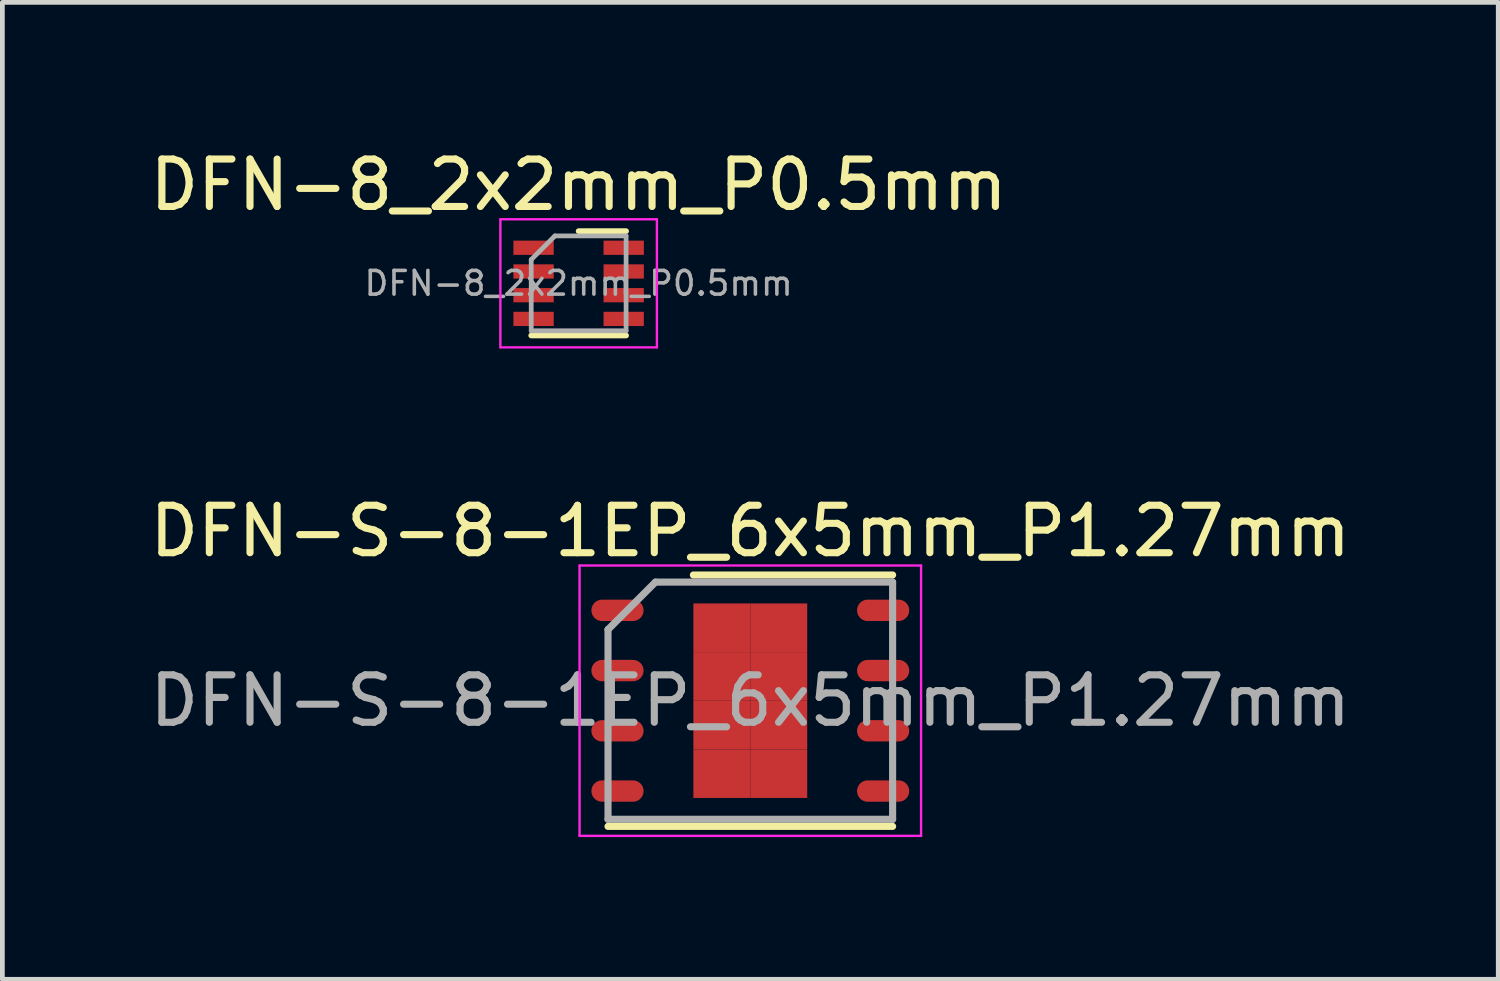
<source format=kicad_pcb>
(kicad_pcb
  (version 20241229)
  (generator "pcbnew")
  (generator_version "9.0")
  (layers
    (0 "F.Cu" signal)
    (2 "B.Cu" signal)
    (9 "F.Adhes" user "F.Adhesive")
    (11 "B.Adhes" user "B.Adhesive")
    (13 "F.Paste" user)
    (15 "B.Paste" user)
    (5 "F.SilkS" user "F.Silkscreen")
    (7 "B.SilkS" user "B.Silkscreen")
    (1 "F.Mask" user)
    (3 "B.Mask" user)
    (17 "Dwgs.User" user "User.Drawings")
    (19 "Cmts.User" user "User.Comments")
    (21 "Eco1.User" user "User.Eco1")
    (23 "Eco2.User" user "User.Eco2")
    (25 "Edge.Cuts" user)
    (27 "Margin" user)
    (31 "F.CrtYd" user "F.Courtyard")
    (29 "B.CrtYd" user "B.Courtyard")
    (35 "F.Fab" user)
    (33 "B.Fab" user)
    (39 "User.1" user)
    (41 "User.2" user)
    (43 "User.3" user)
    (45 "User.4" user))
  (footprint "DFN-S-8-1EP_6x5mm_P1.27mm"
    (layer "F.Cu")
    (at 12.768 11.722)
    (property "Reference" "DFN-S-8-1EP_6x5mm_P1.27mm" (at 0 -3.575 0) (layer "F.SilkS") (effects (font (size 1 1) (thickness 0.15))))
    (attr smd)
    (fp_line (start -3 2.65) (end 3 2.65) (stroke (width 0.15) (type solid)) (layer "F.SilkS"))
    (fp_line (start -1.2 -2.65) (end 3 -2.65) (stroke (width 0.15) (type solid)) (layer "F.SilkS"))
    (fp_line (start -3.6 -2.85) (end -3.6 2.85) (stroke (width 0.05) (type solid)) (layer "F.CrtYd"))
    (fp_line (start -3.6 -2.85) (end 3.6 -2.85) (stroke (width 0.05) (type solid)) (layer "F.CrtYd"))
    (fp_line (start -3.6 2.85) (end 3.6 2.85) (stroke (width 0.05) (type solid)) (layer "F.CrtYd"))
    (fp_line (start 3.6 -2.85) (end 3.6 2.85) (stroke (width 0.05) (type solid)) (layer "F.CrtYd"))
    (fp_line (start -3 -1.5) (end -2 -2.5) (stroke (width 0.15) (type solid)) (layer "F.Fab"))
    (fp_line (start -3 2.5) (end -3 -1.5) (stroke (width 0.15) (type solid)) (layer "F.Fab"))
    (fp_line (start -2 -2.5) (end 3 -2.5) (stroke (width 0.15) (type solid)) (layer "F.Fab"))
    (fp_line (start 3 -2.5) (end 3 2.5) (stroke (width 0.15) (type solid)) (layer "F.Fab"))
    (fp_line (start 3 2.5) (end -3 2.5) (stroke (width 0.15) (type solid)) (layer "F.Fab"))
    (fp_text user "${REFERENCE}" (at 0 0 0) (layer "F.Fab") (effects (font (size 1 1) (thickness 0.15))))
    (pad "1" smd oval (at -2.8 -1.905) (size 1.1 0.45) (layers "F.Cu" "F.Mask" "F.Paste"))
    (pad "2" smd oval (at -2.8 -0.635) (size 1.1 0.45) (layers "F.Cu" "F.Mask" "F.Paste"))
    (pad "3" smd oval (at -2.8 0.635) (size 1.1 0.45) (layers "F.Cu" "F.Mask" "F.Paste"))
    (pad "4" smd oval (at -2.8 1.905) (size 1.1 0.45) (layers "F.Cu" "F.Mask" "F.Paste"))
    (pad "5" smd oval (at 2.8 1.905) (size 1.1 0.45) (layers "F.Cu" "F.Mask" "F.Paste"))
    (pad "6" smd oval (at 2.8 0.635) (size 1.1 0.45) (layers "F.Cu" "F.Mask" "F.Paste"))
    (pad "7" smd oval (at 2.8 -0.635) (size 1.1 0.45) (layers "F.Cu" "F.Mask" "F.Paste"))
    (pad "8" smd oval (at 2.8 -1.905) (size 1.1 0.45) (layers "F.Cu" "F.Mask" "F.Paste"))
    (pad "9" smd rect (at -0.6 -1.538) (size 1.2 1.025) (layers "F.Cu" "F.Mask" "F.Paste"))
    (pad "9" smd rect (at -0.6 -0.512) (size 1.2 1.025) (layers "F.Cu" "F.Mask" "F.Paste"))
    (pad "9" smd rect (at -0.6 0.512) (size 1.2 1.025) (layers "F.Cu" "F.Mask" "F.Paste"))
    (pad "9" smd rect (at -0.6 1.538) (size 1.2 1.025) (layers "F.Cu" "F.Mask" "F.Paste"))
    (pad "9" smd rect (at 0.6 -1.538) (size 1.2 1.025) (layers "F.Cu" "F.Mask" "F.Paste"))
    (pad "9" smd rect (at 0.6 -0.512) (size 1.2 1.025) (layers "F.Cu" "F.Mask" "F.Paste"))
    (pad "9" smd rect (at 0.6 0.512) (size 1.2 1.025) (layers "F.Cu" "F.Mask" "F.Paste"))
    (pad "9" smd rect (at 0.6 1.538) (size 1.2 1.025) (layers "F.Cu" "F.Mask" "F.Paste")))
  (footprint "DFN-8_2x2mm_P0.5mm"
    (layer "F.Cu")
    (at 9.149 2.923)
    (property "Reference" "DFN-8_2x2mm_P0.5mm" (at 0 -2.075 0) (layer "F.SilkS") (effects (font (size 1 1) (thickness 0.15))))
    (attr smd)
    (fp_line (start -1 1.1) (end 1 1.1) (stroke (width 0.12) (type solid)) (layer "F.SilkS"))
    (fp_line (start 0 -1.1) (end 1 -1.1) (stroke (width 0.12) (type solid)) (layer "F.SilkS"))
    (fp_line (start -1.65 -1.35) (end -1.65 1.35) (stroke (width 0.05) (type solid)) (layer "F.CrtYd"))
    (fp_line (start -1.65 -1.35) (end 1.65 -1.35) (stroke (width 0.05) (type solid)) (layer "F.CrtYd"))
    (fp_line (start -1.65 1.35) (end 1.65 1.35) (stroke (width 0.05) (type solid)) (layer "F.CrtYd"))
    (fp_line (start 1.65 -1.35) (end 1.65 1.35) (stroke (width 0.05) (type solid)) (layer "F.CrtYd"))
    (fp_line (start -1 -0.5) (end -0.5 -1) (stroke (width 0.1) (type solid)) (layer "F.Fab"))
    (fp_line (start -1 1) (end -1 -0.5) (stroke (width 0.1) (type solid)) (layer "F.Fab"))
    (fp_line (start -0.5 -1) (end 1 -1) (stroke (width 0.1) (type solid)) (layer "F.Fab"))
    (fp_line (start 1 -1) (end 1 1) (stroke (width 0.1) (type solid)) (layer "F.Fab"))
    (fp_line (start 1 1) (end -1 1) (stroke (width 0.1) (type solid)) (layer "F.Fab"))
    (fp_text user "${REFERENCE}" (at 0 0 0) (layer "F.Fab") (effects (font (size 0.5 0.5) (thickness 0.075))))
    (pad "1" smd rect (at -0.95 -0.75) (size 0.85 0.3) (layers "F.Cu" "F.Mask" "F.Paste"))
    (pad "2" smd rect (at -0.95 -0.25) (size 0.85 0.3) (layers "F.Cu" "F.Mask" "F.Paste"))
    (pad "3" smd rect (at -0.95 0.25) (size 0.85 0.3) (layers "F.Cu" "F.Mask" "F.Paste"))
    (pad "4" smd rect (at -0.95 0.75) (size 0.85 0.3) (layers "F.Cu" "F.Mask" "F.Paste"))
    (pad "5" smd rect (at 0.95 0.75) (size 0.85 0.3) (layers "F.Cu" "F.Mask" "F.Paste"))
    (pad "6" smd rect (at 0.95 0.25) (size 0.85 0.3) (layers "F.Cu" "F.Mask" "F.Paste"))
    (pad "7" smd rect (at 0.95 -0.25) (size 0.85 0.3) (layers "F.Cu" "F.Mask" "F.Paste"))
    (pad "8" smd rect (at 0.95 -0.75) (size 0.85 0.3) (layers "F.Cu" "F.Mask" "F.Paste")))
  (gr_rect
    (start -3 -3)
    (end 28.536 17.596)
    (stroke (width 0.1) (type default))
    (fill no)
    (layer "Edge.Cuts")))
</source>
